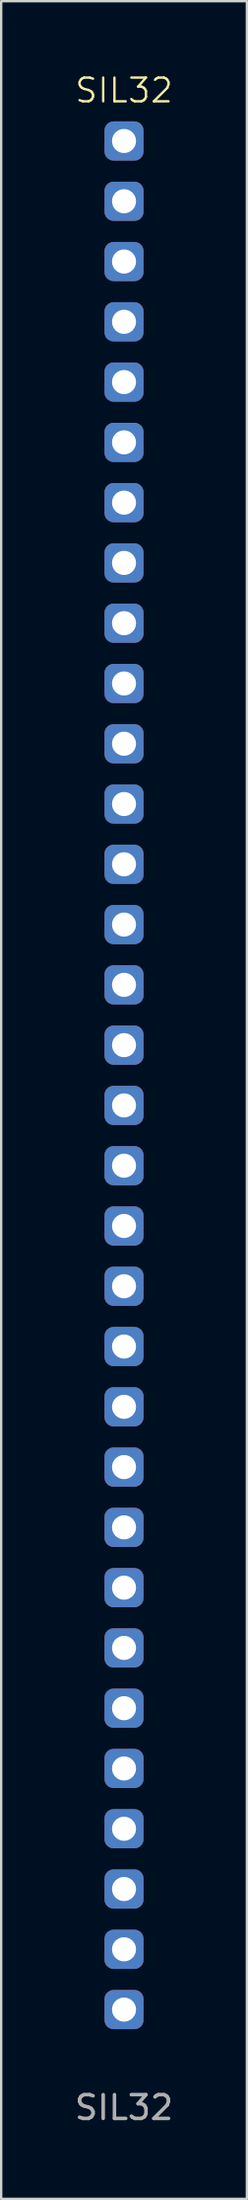
<source format=kicad_pcb>
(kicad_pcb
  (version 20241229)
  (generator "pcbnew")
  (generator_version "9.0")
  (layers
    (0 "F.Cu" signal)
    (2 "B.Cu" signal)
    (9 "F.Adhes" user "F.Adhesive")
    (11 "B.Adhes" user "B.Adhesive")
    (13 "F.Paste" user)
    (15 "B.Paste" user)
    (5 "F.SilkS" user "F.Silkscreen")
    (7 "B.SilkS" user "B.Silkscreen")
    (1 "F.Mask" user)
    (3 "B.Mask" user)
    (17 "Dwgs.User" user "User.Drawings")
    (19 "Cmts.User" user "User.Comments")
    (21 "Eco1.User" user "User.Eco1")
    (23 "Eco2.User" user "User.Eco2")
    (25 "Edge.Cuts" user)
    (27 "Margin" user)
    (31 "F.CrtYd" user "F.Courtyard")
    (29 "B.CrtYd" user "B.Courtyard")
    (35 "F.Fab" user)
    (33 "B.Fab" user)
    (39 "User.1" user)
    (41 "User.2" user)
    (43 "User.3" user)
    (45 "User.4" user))
  (footprint "SIL32"
    (layer "F.Cu")
    (at 2.196 42.261)
    (property "Reference" "SIL32" (at 0 -41.5 0) (unlocked yes) (layer "F.SilkS") (effects (font (size 1 1) (thickness 0.1))))
    (attr through_hole)
    (fp_text user "${REFERENCE}" (at 0 43.5 0) (unlocked yes) (layer "F.Fab") (effects (font (size 1 1) (thickness 0.15))))
    (pad "1" thru_hole roundrect (at 0 -39.37) (size 1.651 1.651) (drill 1.016) (layers "*.Cu" "*.Mask") (roundrect_rratio 0.231))
    (pad "2" thru_hole roundrect (at 0 -36.83) (size 1.651 1.651) (drill 1.016) (layers "*.Cu" "*.Mask") (roundrect_rratio 0.231))
    (pad "3" thru_hole roundrect (at 0 -34.29) (size 1.651 1.651) (drill 1.016) (layers "*.Cu" "*.Mask") (roundrect_rratio 0.231))
    (pad "4" thru_hole roundrect (at 0 -31.75) (size 1.651 1.651) (drill 1.016) (layers "*.Cu" "*.Mask") (roundrect_rratio 0.231))
    (pad "5" thru_hole roundrect (at 0 -29.21) (size 1.651 1.651) (drill 1.016) (layers "*.Cu" "*.Mask") (roundrect_rratio 0.231))
    (pad "6" thru_hole roundrect (at 0 -26.67) (size 1.651 1.651) (drill 1.016) (layers "*.Cu" "*.Mask") (roundrect_rratio 0.231))
    (pad "7" thru_hole roundrect (at 0 -24.13) (size 1.651 1.651) (drill 1.016) (layers "*.Cu" "*.Mask") (roundrect_rratio 0.231))
    (pad "8" thru_hole roundrect (at 0 -21.59) (size 1.651 1.651) (drill 1.016) (layers "*.Cu" "*.Mask") (roundrect_rratio 0.231))
    (pad "9" thru_hole roundrect (at 0 -19.05) (size 1.651 1.651) (drill 1.016) (layers "*.Cu" "*.Mask") (roundrect_rratio 0.231))
    (pad "10" thru_hole roundrect (at 0 -16.51) (size 1.651 1.651) (drill 1.016) (layers "*.Cu" "*.Mask") (roundrect_rratio 0.231))
    (pad "11" thru_hole roundrect (at 0 -13.97) (size 1.651 1.651) (drill 1.016) (layers "*.Cu" "*.Mask") (roundrect_rratio 0.231))
    (pad "12" thru_hole roundrect (at 0 -11.43) (size 1.651 1.651) (drill 1.016) (layers "*.Cu" "*.Mask") (roundrect_rratio 0.231))
    (pad "13" thru_hole roundrect (at 0 -8.89) (size 1.651 1.651) (drill 1.016) (layers "*.Cu" "*.Mask") (roundrect_rratio 0.231))
    (pad "14" thru_hole roundrect (at 0 -6.35) (size 1.651 1.651) (drill 1.016) (layers "*.Cu" "*.Mask") (roundrect_rratio 0.231))
    (pad "15" thru_hole roundrect (at 0 -3.81) (size 1.651 1.651) (drill 1.016) (layers "*.Cu" "*.Mask") (roundrect_rratio 0.231))
    (pad "16" thru_hole roundrect (at 0 -1.27) (size 1.651 1.651) (drill 1.016) (layers "*.Cu" "*.Mask") (roundrect_rratio 0.231))
    (pad "17" thru_hole roundrect (at 0 1.27) (size 1.651 1.651) (drill 1.016) (layers "*.Cu" "*.Mask") (roundrect_rratio 0.231))
    (pad "18" thru_hole roundrect (at 0 3.81) (size 1.651 1.651) (drill 1.016) (layers "*.Cu" "*.Mask") (roundrect_rratio 0.231))
    (pad "19" thru_hole roundrect (at 0 6.35) (size 1.651 1.651) (drill 1.016) (layers "*.Cu" "*.Mask") (roundrect_rratio 0.231))
    (pad "20" thru_hole roundrect (at 0 8.89) (size 1.651 1.651) (drill 1.016) (layers "*.Cu" "*.Mask") (roundrect_rratio 0.231))
    (pad "21" thru_hole roundrect (at 0 11.43) (size 1.651 1.651) (drill 1.016) (layers "*.Cu" "*.Mask") (roundrect_rratio 0.231))
    (pad "22" thru_hole roundrect (at 0 13.97) (size 1.651 1.651) (drill 1.016) (layers "*.Cu" "*.Mask") (roundrect_rratio 0.231))
    (pad "23" thru_hole roundrect (at 0 16.51) (size 1.651 1.651) (drill 1.016) (layers "*.Cu" "*.Mask") (roundrect_rratio 0.231))
    (pad "24" thru_hole roundrect (at 0 19.05) (size 1.651 1.651) (drill 1.016) (layers "*.Cu" "*.Mask") (roundrect_rratio 0.231))
    (pad "25" thru_hole roundrect (at 0 21.59) (size 1.651 1.651) (drill 1.016) (layers "*.Cu" "*.Mask") (roundrect_rratio 0.231))
    (pad "26" thru_hole roundrect (at 0 24.13) (size 1.651 1.651) (drill 1.016) (layers "*.Cu" "*.Mask") (roundrect_rratio 0.231))
    (pad "27" thru_hole roundrect (at 0 26.67) (size 1.651 1.651) (drill 1.016) (layers "*.Cu" "*.Mask") (roundrect_rratio 0.231))
    (pad "28" thru_hole roundrect (at 0 29.21) (size 1.651 1.651) (drill 1.016) (layers "*.Cu" "*.Mask") (roundrect_rratio 0.231))
    (pad "29" thru_hole roundrect (at 0 31.75) (size 1.651 1.651) (drill 1.016) (layers "*.Cu" "*.Mask") (roundrect_rratio 0.231))
    (pad "30" thru_hole roundrect (at 0 34.29) (size 1.651 1.651) (drill 1.016) (layers "*.Cu" "*.Mask") (roundrect_rratio 0.231))
    (pad "31" thru_hole roundrect (at 0 36.83) (size 1.651 1.651) (drill 1.016) (layers "*.Cu" "*.Mask") (roundrect_rratio 0.231))
    (pad "32" thru_hole roundrect (at 0 39.37) (size 1.651 1.651) (drill 1.016) (layers "*.Cu" "*.Mask") (roundrect_rratio 0.231)))
  (gr_rect
    (start -3 -3)
    (end 7.393 89.609)
    (stroke (width 0.1) (type default))
    (fill no)
    (layer "Edge.Cuts")))
</source>
